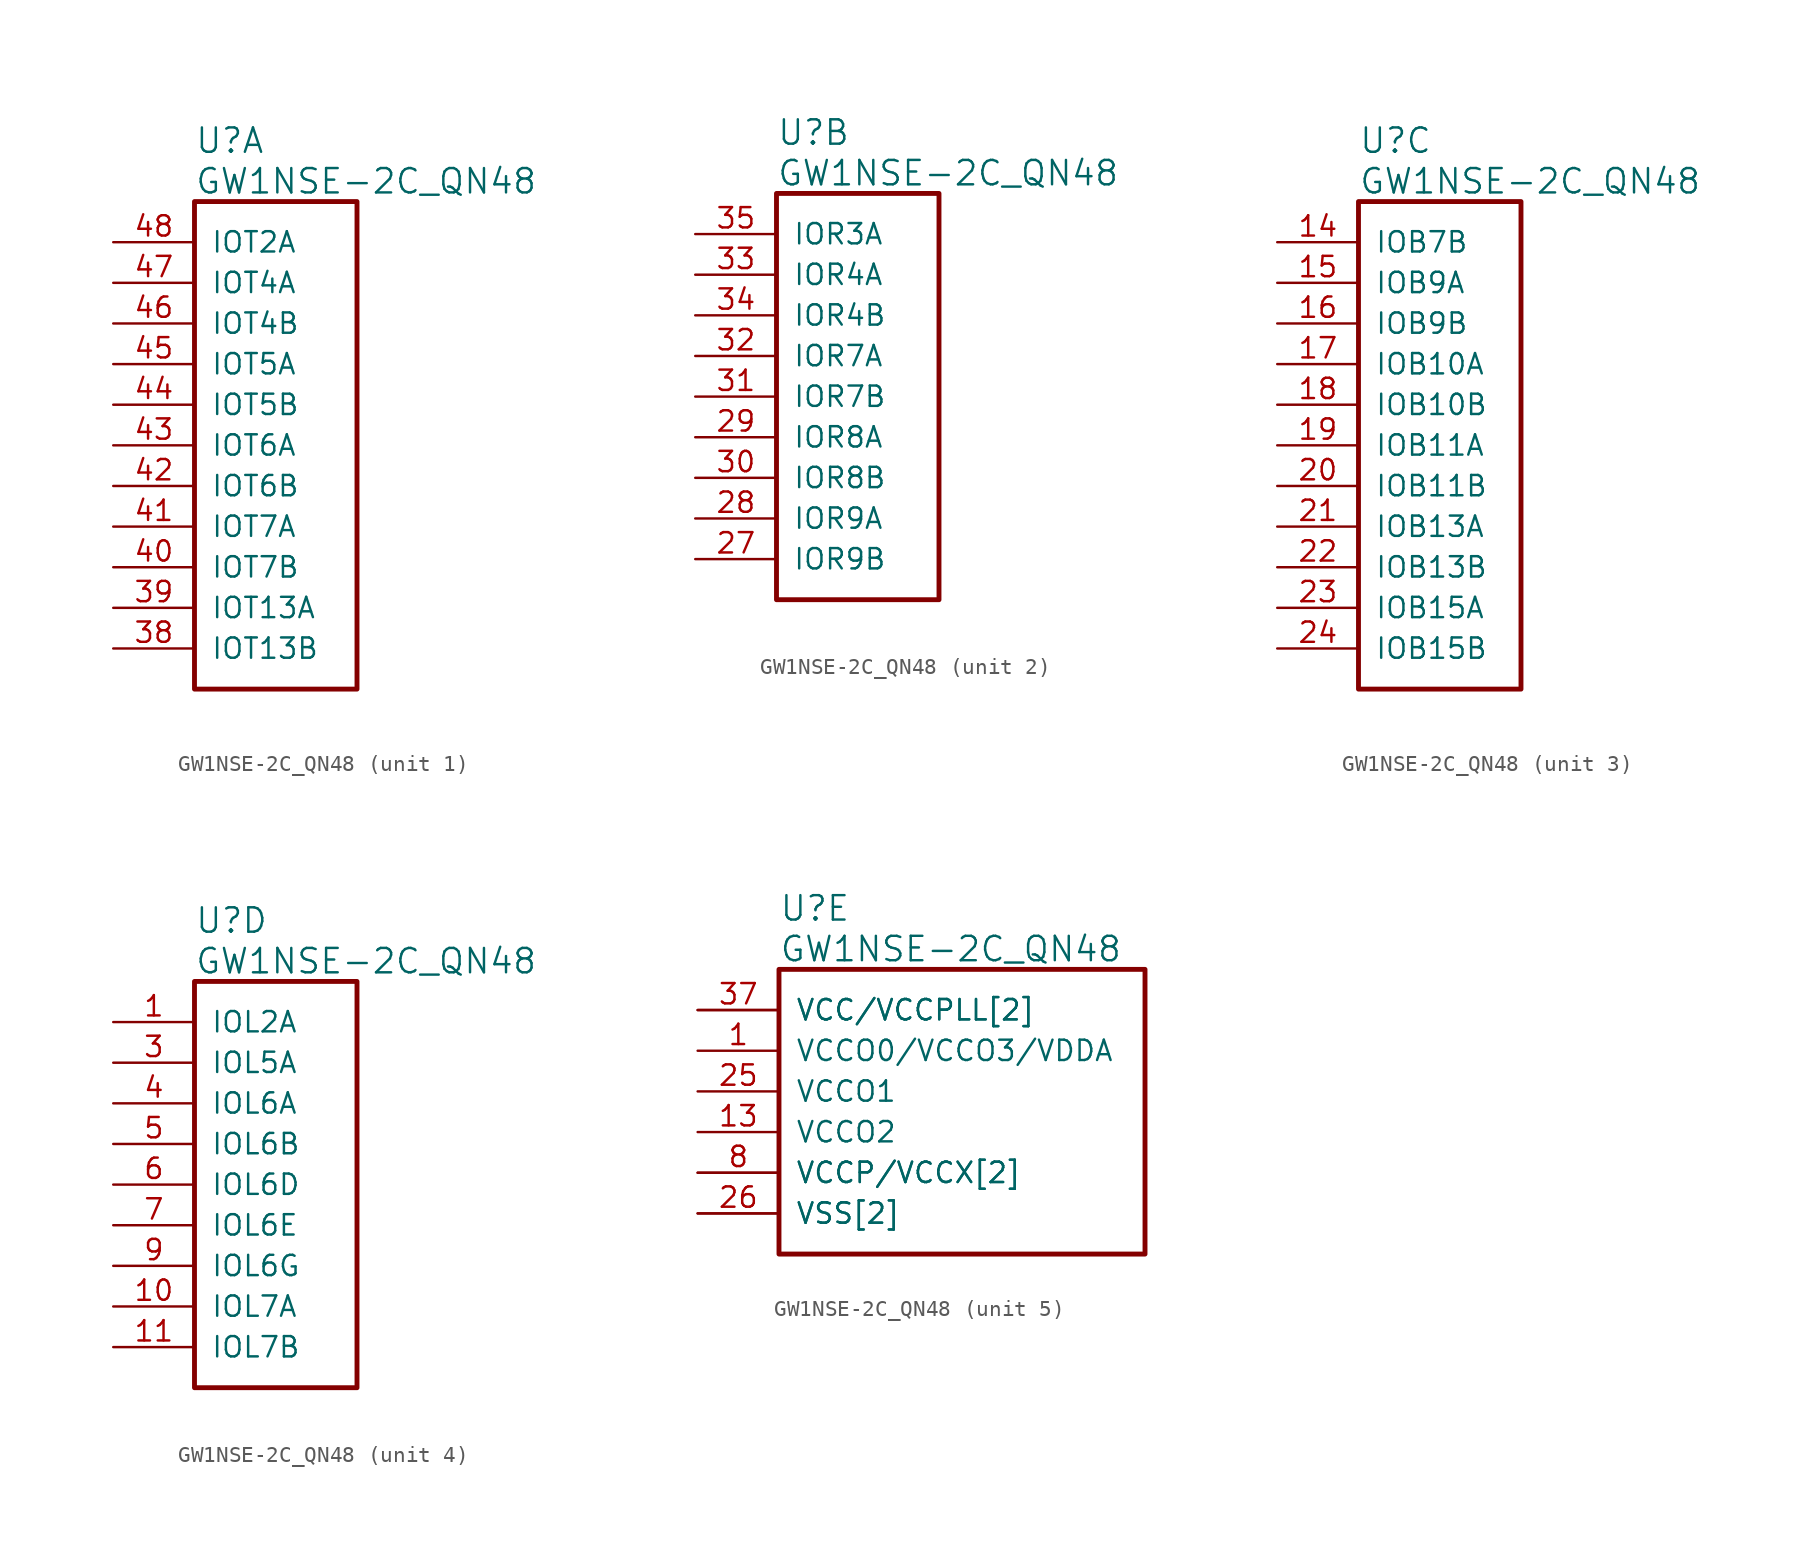
<source format=kicad_sym>
(kicad_symbol_lib
  (version 20241209)
  (generator "kicad_symbol_editor")
  (generator_version "9.0")
  (symbol "GW1NSE-2C_QN48"
    (pin_names
      (offset 1.016))
    (property "Reference" "U"
      (at 5.08 6.35 0)
      (effects (font (size 1.524 1.524)) (justify left)))
    (property "Value" "GW1NSE-2C_QN48"
      (at 5.08 3.81 0)
      (effects (font (size 1.524 1.524)) (justify left)))
    (property "ki_locked" ""
      (at 0 0 0)
      (effects (font (size 1.27 1.27))))
    (symbol "GW1NSE-2C_QN48_1_1"
      (rectangle (start 5.08 2.54) (end 15.24 -27.94) (stroke (width 0.305) (type solid)) (fill (type none)))
      (pin bidirectional line (at 0 0 0) (length 5.08) (name "IOT2A" (effects (font (size 1.27 1.27)))) (number "48" (effects (font (size 1.27 1.27)))))
      (pin bidirectional line (at 0 -2.54 0) (length 5.08) (name "IOT4A" (effects (font (size 1.27 1.27)))) (number "47" (effects (font (size 1.27 1.27)))))
      (pin bidirectional line (at 0 -5.08 0) (length 5.08) (name "IOT4B" (effects (font (size 1.27 1.27)))) (number "46" (effects (font (size 1.27 1.27)))))
      (pin bidirectional line (at 0 -7.62 0) (length 5.08) (name "IOT5A" (effects (font (size 1.27 1.27)))) (number "45" (effects (font (size 1.27 1.27)))))
      (pin bidirectional line (at 0 -10.16 0) (length 5.08) (name "IOT5B" (effects (font (size 1.27 1.27)))) (number "44" (effects (font (size 1.27 1.27)))))
      (pin bidirectional line (at 0 -12.7 0) (length 5.08) (name "IOT6A" (effects (font (size 1.27 1.27)))) (number "43" (effects (font (size 1.27 1.27)))))
      (pin bidirectional line (at 0 -15.24 0) (length 5.08) (name "IOT6B" (effects (font (size 1.27 1.27)))) (number "42" (effects (font (size 1.27 1.27)))))
      (pin bidirectional line (at 0 -17.78 0) (length 5.08) (name "IOT7A" (effects (font (size 1.27 1.27)))) (number "41" (effects (font (size 1.27 1.27)))))
      (pin bidirectional line (at 0 -20.32 0) (length 5.08) (name "IOT7B" (effects (font (size 1.27 1.27)))) (number "40" (effects (font (size 1.27 1.27)))))
      (pin bidirectional line (at 0 -22.86 0) (length 5.08) (name "IOT13A" (effects (font (size 1.27 1.27)))) (number "39" (effects (font (size 1.27 1.27)))))
      (pin bidirectional line (at 0 -25.4 0) (length 5.08) (name "IOT13B" (effects (font (size 1.27 1.27)))) (number "38" (effects (font (size 1.27 1.27))))))
    (symbol "GW1NSE-2C_QN48_2_1"
      (rectangle (start 5.08 2.54) (end 15.24 -22.86) (stroke (width 0.305) (type solid)) (fill (type none)))
      (pin bidirectional line (at 0 0 0) (length 5.08) (name "IOR3A" (effects (font (size 1.27 1.27)))) (number "35" (effects (font (size 1.27 1.27)))))
      (pin bidirectional line (at 0 -2.54 0) (length 5.08) (name "IOR4A" (effects (font (size 1.27 1.27)))) (number "33" (effects (font (size 1.27 1.27)))))
      (pin bidirectional line (at 0 -5.08 0) (length 5.08) (name "IOR4B" (effects (font (size 1.27 1.27)))) (number "34" (effects (font (size 1.27 1.27)))))
      (pin bidirectional line (at 0 -7.62 0) (length 5.08) (name "IOR7A" (effects (font (size 1.27 1.27)))) (number "32" (effects (font (size 1.27 1.27)))))
      (pin bidirectional line (at 0 -10.16 0) (length 5.08) (name "IOR7B" (effects (font (size 1.27 1.27)))) (number "31" (effects (font (size 1.27 1.27)))))
      (pin bidirectional line (at 0 -12.7 0) (length 5.08) (name "IOR8A" (effects (font (size 1.27 1.27)))) (number "29" (effects (font (size 1.27 1.27)))))
      (pin bidirectional line (at 0 -15.24 0) (length 5.08) (name "IOR8B" (effects (font (size 1.27 1.27)))) (number "30" (effects (font (size 1.27 1.27)))))
      (pin bidirectional line (at 0 -17.78 0) (length 5.08) (name "IOR9A" (effects (font (size 1.27 1.27)))) (number "28" (effects (font (size 1.27 1.27)))))
      (pin bidirectional line (at 0 -20.32 0) (length 5.08) (name "IOR9B" (effects (font (size 1.27 1.27)))) (number "27" (effects (font (size 1.27 1.27))))))
    (symbol "GW1NSE-2C_QN48_3_1"
      (rectangle (start 5.08 2.54) (end 15.24 -27.94) (stroke (width 0.305) (type solid)) (fill (type none)))
      (pin bidirectional line (at 0 0 0) (length 5.08) (name "IOB7B" (effects (font (size 1.27 1.27)))) (number "14" (effects (font (size 1.27 1.27)))))
      (pin bidirectional line (at 0 -2.54 0) (length 5.08) (name "IOB9A" (effects (font (size 1.27 1.27)))) (number "15" (effects (font (size 1.27 1.27)))))
      (pin bidirectional line (at 0 -5.08 0) (length 5.08) (name "IOB9B" (effects (font (size 1.27 1.27)))) (number "16" (effects (font (size 1.27 1.27)))))
      (pin bidirectional line (at 0 -7.62 0) (length 5.08) (name "IOB10A" (effects (font (size 1.27 1.27)))) (number "17" (effects (font (size 1.27 1.27)))))
      (pin bidirectional line (at 0 -10.16 0) (length 5.08) (name "IOB10B" (effects (font (size 1.27 1.27)))) (number "18" (effects (font (size 1.27 1.27)))))
      (pin bidirectional line (at 0 -12.7 0) (length 5.08) (name "IOB11A" (effects (font (size 1.27 1.27)))) (number "19" (effects (font (size 1.27 1.27)))))
      (pin bidirectional line (at 0 -15.24 0) (length 5.08) (name "IOB11B" (effects (font (size 1.27 1.27)))) (number "20" (effects (font (size 1.27 1.27)))))
      (pin bidirectional line (at 0 -17.78 0) (length 5.08) (name "IOB13A" (effects (font (size 1.27 1.27)))) (number "21" (effects (font (size 1.27 1.27)))))
      (pin bidirectional line (at 0 -20.32 0) (length 5.08) (name "IOB13B" (effects (font (size 1.27 1.27)))) (number "22" (effects (font (size 1.27 1.27)))))
      (pin bidirectional line (at 0 -22.86 0) (length 5.08) (name "IOB15A" (effects (font (size 1.27 1.27)))) (number "23" (effects (font (size 1.27 1.27)))))
      (pin bidirectional line (at 0 -25.4 0) (length 5.08) (name "IOB15B" (effects (font (size 1.27 1.27)))) (number "24" (effects (font (size 1.27 1.27))))))
    (symbol "GW1NSE-2C_QN48_4_1"
      (rectangle (start 5.08 2.54) (end 15.24 -22.86) (stroke (width 0.305) (type solid)) (fill (type none)))
      (pin bidirectional line (at 0 0 0) (length 5.08) (name "IOL2A" (effects (font (size 1.27 1.27)))) (number "1" (effects (font (size 1.27 1.27)))))
      (pin bidirectional line (at 0 -2.54 0) (length 5.08) (name "IOL5A" (effects (font (size 1.27 1.27)))) (number "3" (effects (font (size 1.27 1.27)))))
      (pin bidirectional line (at 0 -5.08 0) (length 5.08) (name "IOL6A" (effects (font (size 1.27 1.27)))) (number "4" (effects (font (size 1.27 1.27)))))
      (pin bidirectional line (at 0 -7.62 0) (length 5.08) (name "IOL6B" (effects (font (size 1.27 1.27)))) (number "5" (effects (font (size 1.27 1.27)))))
      (pin bidirectional line (at 0 -10.16 0) (length 5.08) (name "IOL6D" (effects (font (size 1.27 1.27)))) (number "6" (effects (font (size 1.27 1.27)))))
      (pin bidirectional line (at 0 -12.7 0) (length 5.08) (name "IOL6E" (effects (font (size 1.27 1.27)))) (number "7" (effects (font (size 1.27 1.27)))))
      (pin bidirectional line (at 0 -15.24 0) (length 5.08) (name "IOL6G" (effects (font (size 1.27 1.27)))) (number "9" (effects (font (size 1.27 1.27)))))
      (pin bidirectional line (at 0 -17.78 0) (length 5.08) (name "IOL7A" (effects (font (size 1.27 1.27)))) (number "10" (effects (font (size 1.27 1.27)))))
      (pin bidirectional line (at 0 -20.32 0) (length 5.08) (name "IOL7B" (effects (font (size 1.27 1.27)))) (number "11" (effects (font (size 1.27 1.27))))))
    (symbol "GW1NSE-2C_QN48_5_1"
      (rectangle (start 5.08 2.54) (end 27.94 -15.24) (stroke (width 0.305) (type solid)) (fill (type none)))
      (pin power_in line (at 0 0 0) (length 5.08) (name "VCC/VCCPLL[2]" (effects (font (size 1.27 1.27)))) (number "12" (effects (font (size 0 0)))))
      (pin power_in line (at 0 0 0) (length 5.08) (name "VCC/VCCPLL[2]" (effects (font (size 1.27 1.27)))) (number "37" (effects (font (size 1.27 1.27)))))
      (pin power_in line (at 0 -2.54 0) (length 5.08) (name "VCCO0/VCCO3/VDDA" (effects (font (size 1.27 1.27)))) (number "1" (effects (font (size 1.27 1.27)))))
      (pin power_in line (at 0 -5.08 0) (length 5.08) (name "VCCO1" (effects (font (size 1.27 1.27)))) (number "25" (effects (font (size 1.27 1.27)))))
      (pin power_in line (at 0 -7.62 0) (length 5.08) (name "VCCO2" (effects (font (size 1.27 1.27)))) (number "13" (effects (font (size 1.27 1.27)))))
      (pin power_in line (at 0 -10.16 0) (length 5.08) (name "VCCP/VCCX[2]" (effects (font (size 1.27 1.27)))) (number "36" (effects (font (size 0 0)))))
      (pin power_in line (at 0 -10.16 0) (length 5.08) (name "VCCP/VCCX[2]" (effects (font (size 1.27 1.27)))) (number "8" (effects (font (size 1.27 1.27)))))
      (pin power_in line (at 0 -12.7 0) (length 5.08) (name "VSS[2]" (effects (font (size 1.27 1.27)))) (number "2" (effects (font (size 0 0)))))
      (pin power_in line (at 0 -12.7 0) (length 5.08) (name "VSS[2]" (effects (font (size 1.27 1.27)))) (number "26" (effects (font (size 1.27 1.27))))))))
</source>
